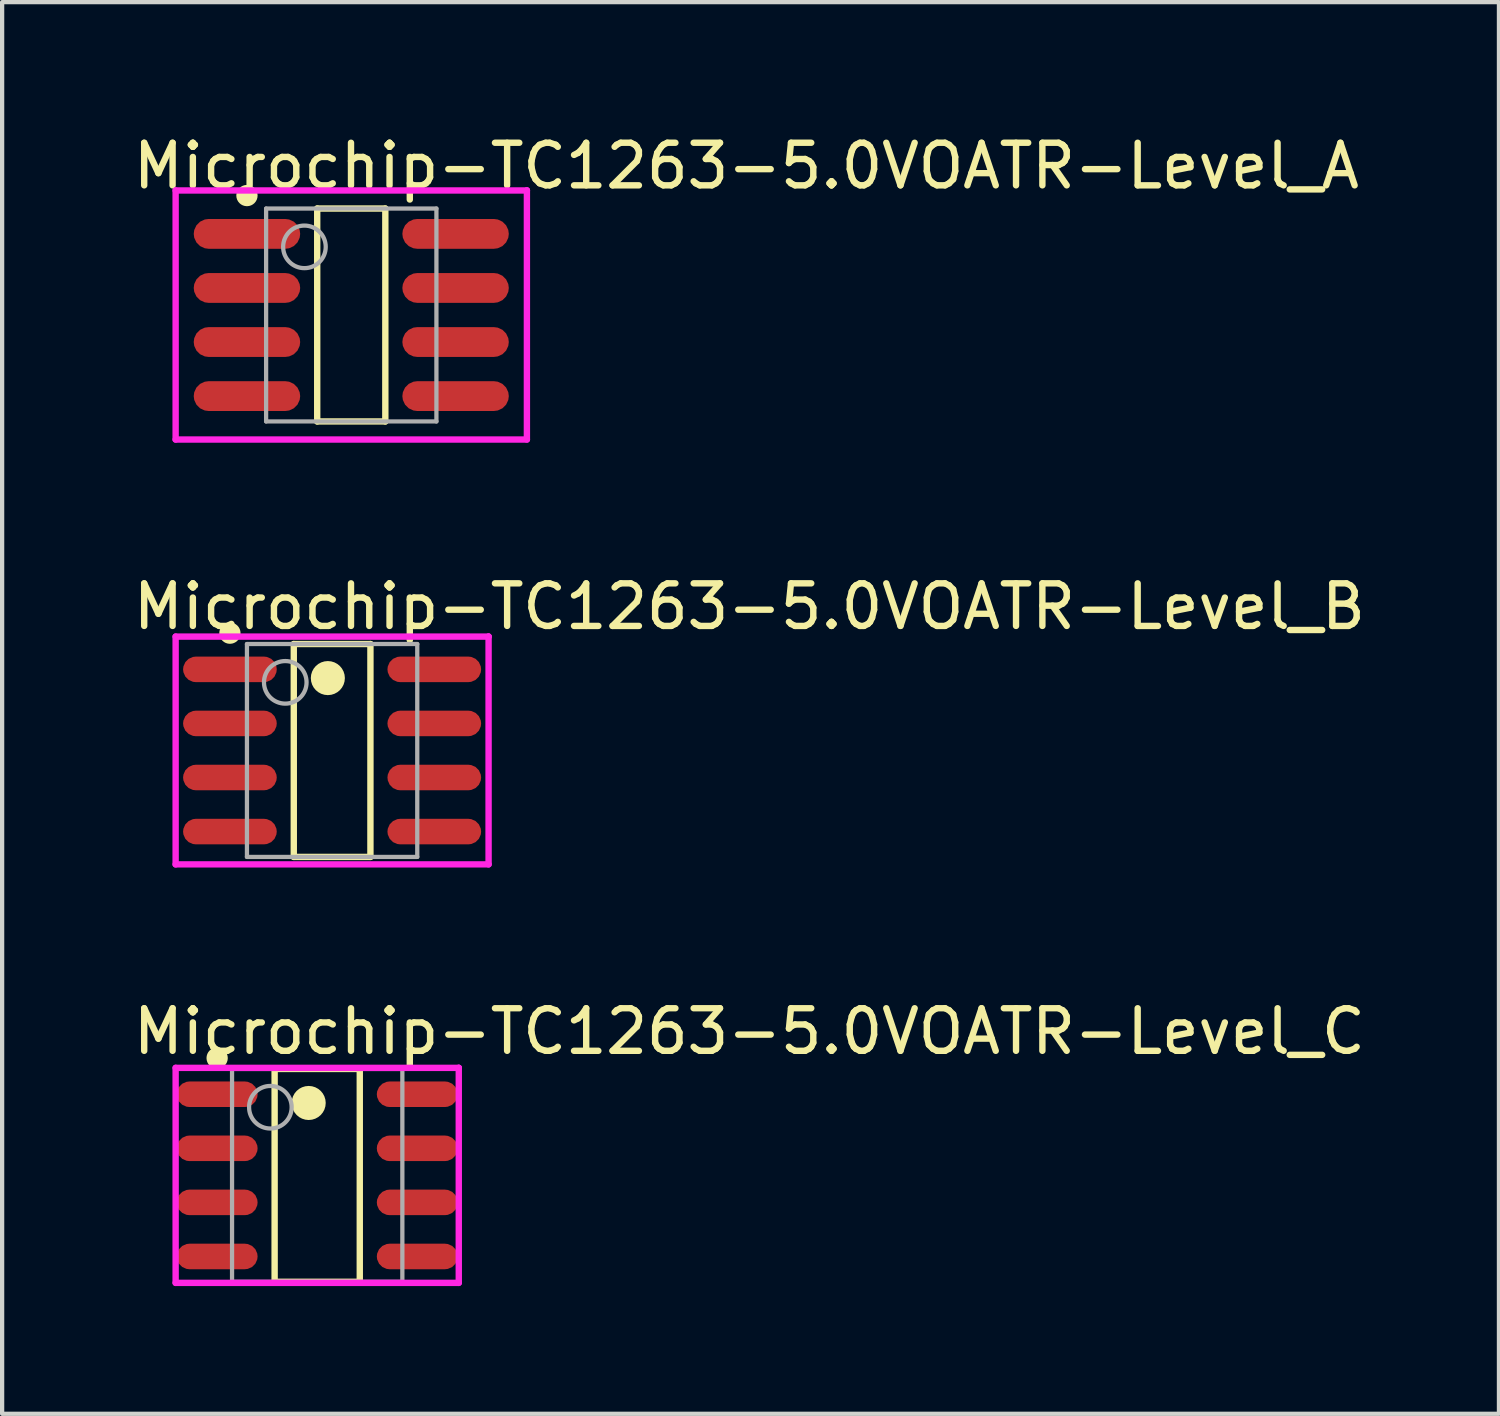
<source format=kicad_pcb>
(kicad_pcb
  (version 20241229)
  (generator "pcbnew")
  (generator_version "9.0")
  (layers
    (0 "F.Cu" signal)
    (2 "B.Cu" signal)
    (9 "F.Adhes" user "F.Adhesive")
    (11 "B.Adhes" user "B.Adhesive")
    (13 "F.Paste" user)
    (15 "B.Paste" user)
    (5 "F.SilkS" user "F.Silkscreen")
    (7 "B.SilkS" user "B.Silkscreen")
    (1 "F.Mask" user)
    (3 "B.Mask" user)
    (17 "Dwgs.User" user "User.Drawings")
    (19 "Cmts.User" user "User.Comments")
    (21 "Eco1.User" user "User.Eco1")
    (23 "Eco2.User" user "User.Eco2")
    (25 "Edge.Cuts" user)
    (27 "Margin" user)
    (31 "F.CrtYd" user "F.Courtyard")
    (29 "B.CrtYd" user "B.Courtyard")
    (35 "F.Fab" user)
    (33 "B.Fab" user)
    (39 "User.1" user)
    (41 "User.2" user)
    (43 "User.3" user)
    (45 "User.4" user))
  (footprint "Microchip-TC1263-5.0VOATR-Level_B"
    (layer "F.Cu")
    (at 4.75 14.576)
    (property "Reference" "Microchip-TC1263-5.0VOATR-Level_B" (at -4.75 -3.38 0) (layer "F.SilkS") (effects (font (size 1 1) (thickness 0.15)) (justify left)))
    (attr through_hole)
    (fp_line (start -0.9 -2.5) (end 0.9 -2.5) (stroke (width 0.15) (type solid)) (layer "F.SilkS"))
    (fp_line (start -0.9 2.5) (end -0.9 -2.5) (stroke (width 0.15) (type solid)) (layer "F.SilkS"))
    (fp_line (start -0.9 2.5) (end 0.9 2.5) (stroke (width 0.15) (type solid)) (layer "F.SilkS"))
    (fp_line (start 0.9 2.5) (end 0.9 -2.5) (stroke (width 0.15) (type solid)) (layer "F.SilkS"))
    (fp_circle (center -2.4 -2.755) (end -2.275 -2.755) (stroke (width 0.25) (type solid)) (fill no) (layer "F.SilkS"))
    (fp_circle (center -0.1 -1.7) (end 0.1 -1.7) (stroke (width 0.4) (type solid)) (fill no) (layer "F.SilkS"))
    (fp_line (start -3.675 -2.675) (end -3.675 2.675) (stroke (width 0.15) (type solid)) (layer "F.CrtYd"))
    (fp_line (start -3.675 2.675) (end 3.675 2.675) (stroke (width 0.15) (type solid)) (layer "F.CrtYd"))
    (fp_line (start 3.675 -2.675) (end -3.675 -2.675) (stroke (width 0.15) (type solid)) (layer "F.CrtYd"))
    (fp_line (start 3.675 -2.675) (end 3.675 -2.675) (stroke (width 0.15) (type solid)) (layer "F.CrtYd"))
    (fp_line (start 3.675 2.675) (end 3.675 -2.675) (stroke (width 0.15) (type solid)) (layer "F.CrtYd"))
    (fp_line (start -2 -2.5) (end 2 -2.5) (stroke (width 0.1) (type solid)) (layer "F.Fab"))
    (fp_line (start -2 2.5) (end -2 -2.5) (stroke (width 0.1) (type solid)) (layer "F.Fab"))
    (fp_line (start -2 2.5) (end 2 2.5) (stroke (width 0.1) (type solid)) (layer "F.Fab"))
    (fp_line (start 2 2.5) (end 2 -2.5) (stroke (width 0.1) (type solid)) (layer "F.Fab"))
    (fp_circle (center -1.1 -1.6) (end -0.6 -1.6) (stroke (width 0.1) (type solid)) (fill no) (layer "F.Fab"))
    (pad "1" smd roundrect (at -2.4 -1.905 270) (size 0.6 2.2) (layers "F.Cu" "F.Mask" "F.Paste") (roundrect_rratio 0.5))
    (pad "2" smd roundrect (at -2.4 -0.635 270) (size 0.6 2.2) (layers "F.Cu" "F.Mask" "F.Paste") (roundrect_rratio 0.5))
    (pad "3" smd roundrect (at -2.4 0.635 270) (size 0.6 2.2) (layers "F.Cu" "F.Mask" "F.Paste") (roundrect_rratio 0.5))
    (pad "4" smd roundrect (at -2.4 1.905 270) (size 0.6 2.2) (layers "F.Cu" "F.Mask" "F.Paste") (roundrect_rratio 0.5))
    (pad "5" smd roundrect (at 2.4 1.905 270) (size 0.6 2.2) (layers "F.Cu" "F.Mask" "F.Paste") (roundrect_rratio 0.5))
    (pad "6" smd roundrect (at 2.4 0.635 270) (size 0.6 2.2) (layers "F.Cu" "F.Mask" "F.Paste") (roundrect_rratio 0.5))
    (pad "7" smd roundrect (at 2.4 -0.635 270) (size 0.6 2.2) (layers "F.Cu" "F.Mask" "F.Paste") (roundrect_rratio 0.5))
    (pad "8" smd roundrect (at 2.4 -1.905 270) (size 0.6 2.2) (layers "F.Cu" "F.Mask" "F.Paste") (roundrect_rratio 0.5)))
  (footprint "Microchip-TC1263-5.0VOATR-Level_C"
    (layer "F.Cu")
    (at 4.4 24.555)
    (property "Reference" "Microchip-TC1263-5.0VOATR-Level_C" (at -4.4 -3.38 0) (layer "F.SilkS") (effects (font (size 1 1) (thickness 0.15)) (justify left)))
    (attr through_hole)
    (fp_line (start -1 -2.5) (end 1 -2.5) (stroke (width 0.15) (type solid)) (layer "F.SilkS"))
    (fp_line (start -1 2.5) (end -1 -2.5) (stroke (width 0.15) (type solid)) (layer "F.SilkS"))
    (fp_line (start -1 2.5) (end 1 2.5) (stroke (width 0.15) (type solid)) (layer "F.SilkS"))
    (fp_line (start 1 2.5) (end 1 -2.5) (stroke (width 0.15) (type solid)) (layer "F.SilkS"))
    (fp_circle (center -2.35 -2.755) (end -2.225 -2.755) (stroke (width 0.25) (type solid)) (fill no) (layer "F.SilkS"))
    (fp_circle (center -0.2 -1.7) (end 0 -1.7) (stroke (width 0.4) (type solid)) (fill no) (layer "F.SilkS"))
    (fp_line (start -3.325 -2.525) (end -3.325 2.525) (stroke (width 0.15) (type solid)) (layer "F.CrtYd"))
    (fp_line (start -3.325 2.525) (end 3.325 2.525) (stroke (width 0.15) (type solid)) (layer "F.CrtYd"))
    (fp_line (start 3.325 -2.525) (end -3.325 -2.525) (stroke (width 0.15) (type solid)) (layer "F.CrtYd"))
    (fp_line (start 3.325 -2.525) (end 3.325 -2.525) (stroke (width 0.15) (type solid)) (layer "F.CrtYd"))
    (fp_line (start 3.325 2.525) (end 3.325 -2.525) (stroke (width 0.15) (type solid)) (layer "F.CrtYd"))
    (fp_line (start -2 -2.5) (end 2 -2.5) (stroke (width 0.1) (type solid)) (layer "F.Fab"))
    (fp_line (start -2 2.5) (end -2 -2.5) (stroke (width 0.1) (type solid)) (layer "F.Fab"))
    (fp_line (start -2 2.5) (end 2 2.5) (stroke (width 0.1) (type solid)) (layer "F.Fab"))
    (fp_line (start 2 2.5) (end 2 -2.5) (stroke (width 0.1) (type solid)) (layer "F.Fab"))
    (fp_circle (center -1.1 -1.6) (end -0.6 -1.6) (stroke (width 0.1) (type solid)) (fill no) (layer "F.Fab"))
    (pad "1" smd roundrect (at -2.35 -1.905 270) (size 0.6 1.9) (layers "F.Cu" "F.Mask" "F.Paste") (roundrect_rratio 0.5))
    (pad "2" smd roundrect (at -2.35 -0.635 270) (size 0.6 1.9) (layers "F.Cu" "F.Mask" "F.Paste") (roundrect_rratio 0.5))
    (pad "3" smd roundrect (at -2.35 0.635 270) (size 0.6 1.9) (layers "F.Cu" "F.Mask" "F.Paste") (roundrect_rratio 0.5))
    (pad "4" smd roundrect (at -2.35 1.905 270) (size 0.6 1.9) (layers "F.Cu" "F.Mask" "F.Paste") (roundrect_rratio 0.5))
    (pad "5" smd roundrect (at 2.35 1.905 270) (size 0.6 1.9) (layers "F.Cu" "F.Mask" "F.Paste") (roundrect_rratio 0.5))
    (pad "6" smd roundrect (at 2.35 0.635 270) (size 0.6 1.9) (layers "F.Cu" "F.Mask" "F.Paste") (roundrect_rratio 0.5))
    (pad "7" smd roundrect (at 2.35 -0.635 270) (size 0.6 1.9) (layers "F.Cu" "F.Mask" "F.Paste") (roundrect_rratio 0.5))
    (pad "8" smd roundrect (at 2.35 -1.905 270) (size 0.6 1.9) (layers "F.Cu" "F.Mask" "F.Paste") (roundrect_rratio 0.5)))
  (footprint "Microchip-TC1263-5.0VOATR-Level_A"
    (layer "F.Cu")
    (at 5.2 4.348)
    (property "Reference" "Microchip-TC1263-5.0VOATR-Level_A" (at -5.2 -3.5 0) (layer "F.SilkS") (effects (font (size 1 1) (thickness 0.15)) (justify left)))
    (attr through_hole)
    (fp_line (start -0.8 -2.5) (end 0.8 -2.5) (stroke (width 0.15) (type solid)) (layer "F.SilkS"))
    (fp_line (start -0.8 2.5) (end -0.8 -2.5) (stroke (width 0.15) (type solid)) (layer "F.SilkS"))
    (fp_line (start -0.8 2.5) (end 0.8 2.5) (stroke (width 0.15) (type solid)) (layer "F.SilkS"))
    (fp_line (start 0.8 2.5) (end 0.8 -2.5) (stroke (width 0.15) (type solid)) (layer "F.SilkS"))
    (fp_circle (center -2.45 -2.805) (end -2.325 -2.805) (stroke (width 0.25) (type solid)) (fill no) (layer "F.SilkS"))
    (fp_line (start -4.125 -2.925) (end -4.125 2.925) (stroke (width 0.15) (type solid)) (layer "F.CrtYd"))
    (fp_line (start -4.125 2.925) (end 4.125 2.925) (stroke (width 0.15) (type solid)) (layer "F.CrtYd"))
    (fp_line (start 4.125 -2.925) (end -4.125 -2.925) (stroke (width 0.15) (type solid)) (layer "F.CrtYd"))
    (fp_line (start 4.125 -2.925) (end 4.125 -2.925) (stroke (width 0.15) (type solid)) (layer "F.CrtYd"))
    (fp_line (start 4.125 2.925) (end 4.125 -2.925) (stroke (width 0.15) (type solid)) (layer "F.CrtYd"))
    (fp_line (start -2 -2.5) (end 2 -2.5) (stroke (width 0.1) (type solid)) (layer "F.Fab"))
    (fp_line (start -2 2.5) (end -2 -2.5) (stroke (width 0.1) (type solid)) (layer "F.Fab"))
    (fp_line (start -2 2.5) (end 2 2.5) (stroke (width 0.1) (type solid)) (layer "F.Fab"))
    (fp_line (start 2 2.5) (end 2 -2.5) (stroke (width 0.1) (type solid)) (layer "F.Fab"))
    (fp_circle (center -1.1 -1.6) (end -0.6 -1.6) (stroke (width 0.1) (type solid)) (fill no) (layer "F.Fab"))
    (pad "1" smd roundrect (at -2.45 -1.905 270) (size 0.7 2.5) (layers "F.Cu" "F.Mask" "F.Paste") (roundrect_rratio 0.5))
    (pad "2" smd roundrect (at -2.45 -0.635 270) (size 0.7 2.5) (layers "F.Cu" "F.Mask" "F.Paste") (roundrect_rratio 0.5))
    (pad "3" smd roundrect (at -2.45 0.635 270) (size 0.7 2.5) (layers "F.Cu" "F.Mask" "F.Paste") (roundrect_rratio 0.5))
    (pad "4" smd roundrect (at -2.45 1.905 270) (size 0.7 2.5) (layers "F.Cu" "F.Mask" "F.Paste") (roundrect_rratio 0.5))
    (pad "5" smd roundrect (at 2.45 1.905 270) (size 0.7 2.5) (layers "F.Cu" "F.Mask" "F.Paste") (roundrect_rratio 0.5))
    (pad "6" smd roundrect (at 2.45 0.635 270) (size 0.7 2.5) (layers "F.Cu" "F.Mask" "F.Paste") (roundrect_rratio 0.5))
    (pad "7" smd roundrect (at 2.45 -0.635 270) (size 0.7 2.5) (layers "F.Cu" "F.Mask" "F.Paste") (roundrect_rratio 0.5))
    (pad "8" smd roundrect (at 2.45 -1.905 270) (size 0.7 2.5) (layers "F.Cu" "F.Mask" "F.Paste") (roundrect_rratio 0.5)))
  (gr_rect
    (start -3 -3)
    (end 32.155 30.155)
    (stroke (width 0.1) (type default))
    (fill no)
    (layer "Edge.Cuts")))
</source>
